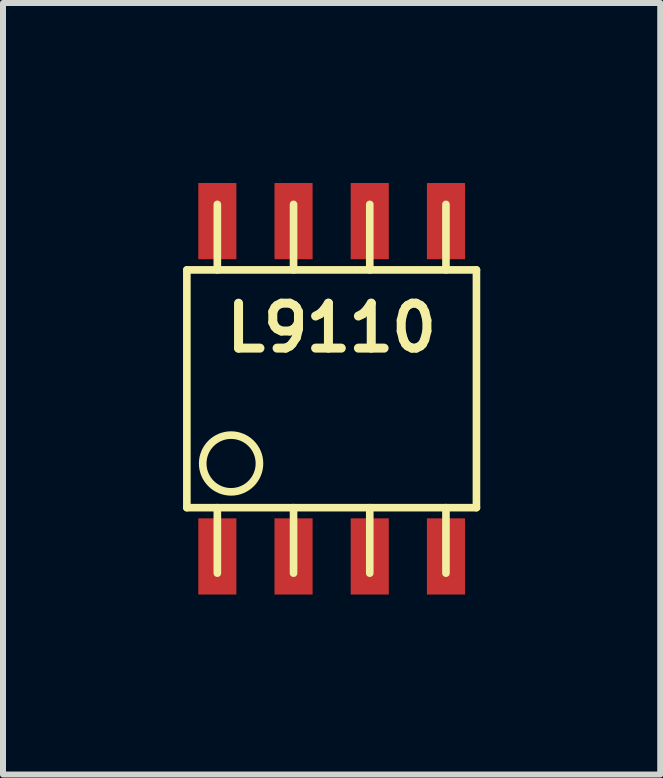
<source format=kicad_pcb>
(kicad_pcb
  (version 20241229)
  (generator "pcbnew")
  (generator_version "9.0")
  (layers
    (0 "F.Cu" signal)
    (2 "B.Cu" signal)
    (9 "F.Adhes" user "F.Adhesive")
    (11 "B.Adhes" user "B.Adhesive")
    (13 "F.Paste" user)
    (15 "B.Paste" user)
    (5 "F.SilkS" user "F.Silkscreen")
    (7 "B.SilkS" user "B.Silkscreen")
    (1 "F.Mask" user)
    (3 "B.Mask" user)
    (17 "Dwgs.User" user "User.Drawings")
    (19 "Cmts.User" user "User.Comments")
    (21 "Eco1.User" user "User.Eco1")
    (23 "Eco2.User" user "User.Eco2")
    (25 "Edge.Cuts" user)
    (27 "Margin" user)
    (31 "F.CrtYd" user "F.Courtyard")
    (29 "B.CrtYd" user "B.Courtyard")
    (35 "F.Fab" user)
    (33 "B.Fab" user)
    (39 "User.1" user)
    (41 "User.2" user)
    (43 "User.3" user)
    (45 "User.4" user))
  (footprint "L9110"
    (layer "F.Cu")
    (at 2.477 3.429)
    (property "Reference" "L9110" (at 0 -1.016 0) (layer "F.SilkS") (effects (font (size 0.749 0.749) (thickness 0.15))))
    (attr smd)
    (fp_line (start -2.413 -1.981) (end -2.413 1.981) (stroke (width 0.127) (type solid)) (layer "F.SilkS"))
    (fp_line (start -2.413 1.981) (end 2.413 1.981) (stroke (width 0.127) (type solid)) (layer "F.SilkS"))
    (fp_line (start -1.905 -1.981) (end -1.905 -3.073) (stroke (width 0.127) (type solid)) (layer "F.SilkS"))
    (fp_line (start -1.905 3.073) (end -1.905 1.981) (stroke (width 0.127) (type solid)) (layer "F.SilkS"))
    (fp_line (start -0.635 -1.981) (end -0.635 -3.073) (stroke (width 0.127) (type solid)) (layer "F.SilkS"))
    (fp_line (start -0.635 3.073) (end -0.635 1.981) (stroke (width 0.127) (type solid)) (layer "F.SilkS"))
    (fp_line (start 0.635 -1.981) (end 0.635 -3.073) (stroke (width 0.127) (type solid)) (layer "F.SilkS"))
    (fp_line (start 0.635 3.073) (end 0.635 1.981) (stroke (width 0.127) (type solid)) (layer "F.SilkS"))
    (fp_line (start 1.905 -3.073) (end 1.905 -1.981) (stroke (width 0.127) (type solid)) (layer "F.SilkS"))
    (fp_line (start 1.905 1.981) (end 1.905 3.073) (stroke (width 0.127) (type solid)) (layer "F.SilkS"))
    (fp_line (start 2.413 -1.981) (end -2.413 -1.981) (stroke (width 0.127) (type solid)) (layer "F.SilkS"))
    (fp_line (start 2.413 1.981) (end 2.413 -1.981) (stroke (width 0.127) (type solid)) (layer "F.SilkS"))
    (fp_circle (center -1.676 1.245) (end -1.956 1.626) (stroke (width 0.127) (type solid)) (fill no) (layer "F.SilkS"))
    (pad "1" smd rect (at -1.905 2.794) (size 0.635 1.27) (layers "F.Cu" "F.Mask" "F.Paste"))
    (pad "2" smd rect (at -0.635 2.794) (size 0.635 1.27) (layers "F.Cu" "F.Mask" "F.Paste"))
    (pad "3" smd rect (at 0.635 2.794) (size 0.635 1.27) (layers "F.Cu" "F.Mask" "F.Paste"))
    (pad "4" smd rect (at 1.905 2.794) (size 0.635 1.27) (layers "F.Cu" "F.Mask" "F.Paste"))
    (pad "5" smd rect (at 1.905 -2.794) (size 0.635 1.27) (layers "F.Cu" "F.Mask" "F.Paste"))
    (pad "6" smd rect (at 0.635 -2.794) (size 0.635 1.27) (layers "F.Cu" "F.Mask" "F.Paste"))
    (pad "7" smd rect (at -0.635 -2.794) (size 0.635 1.27) (layers "F.Cu" "F.Mask" "F.Paste"))
    (pad "8" smd rect (at -1.905 -2.794) (size 0.635 1.27) (layers "F.Cu" "F.Mask" "F.Paste")))
  (gr_rect
    (start -3 -3)
    (end 7.953 9.858)
    (stroke (width 0.1) (type default))
    (fill no)
    (layer "Edge.Cuts")))
</source>
